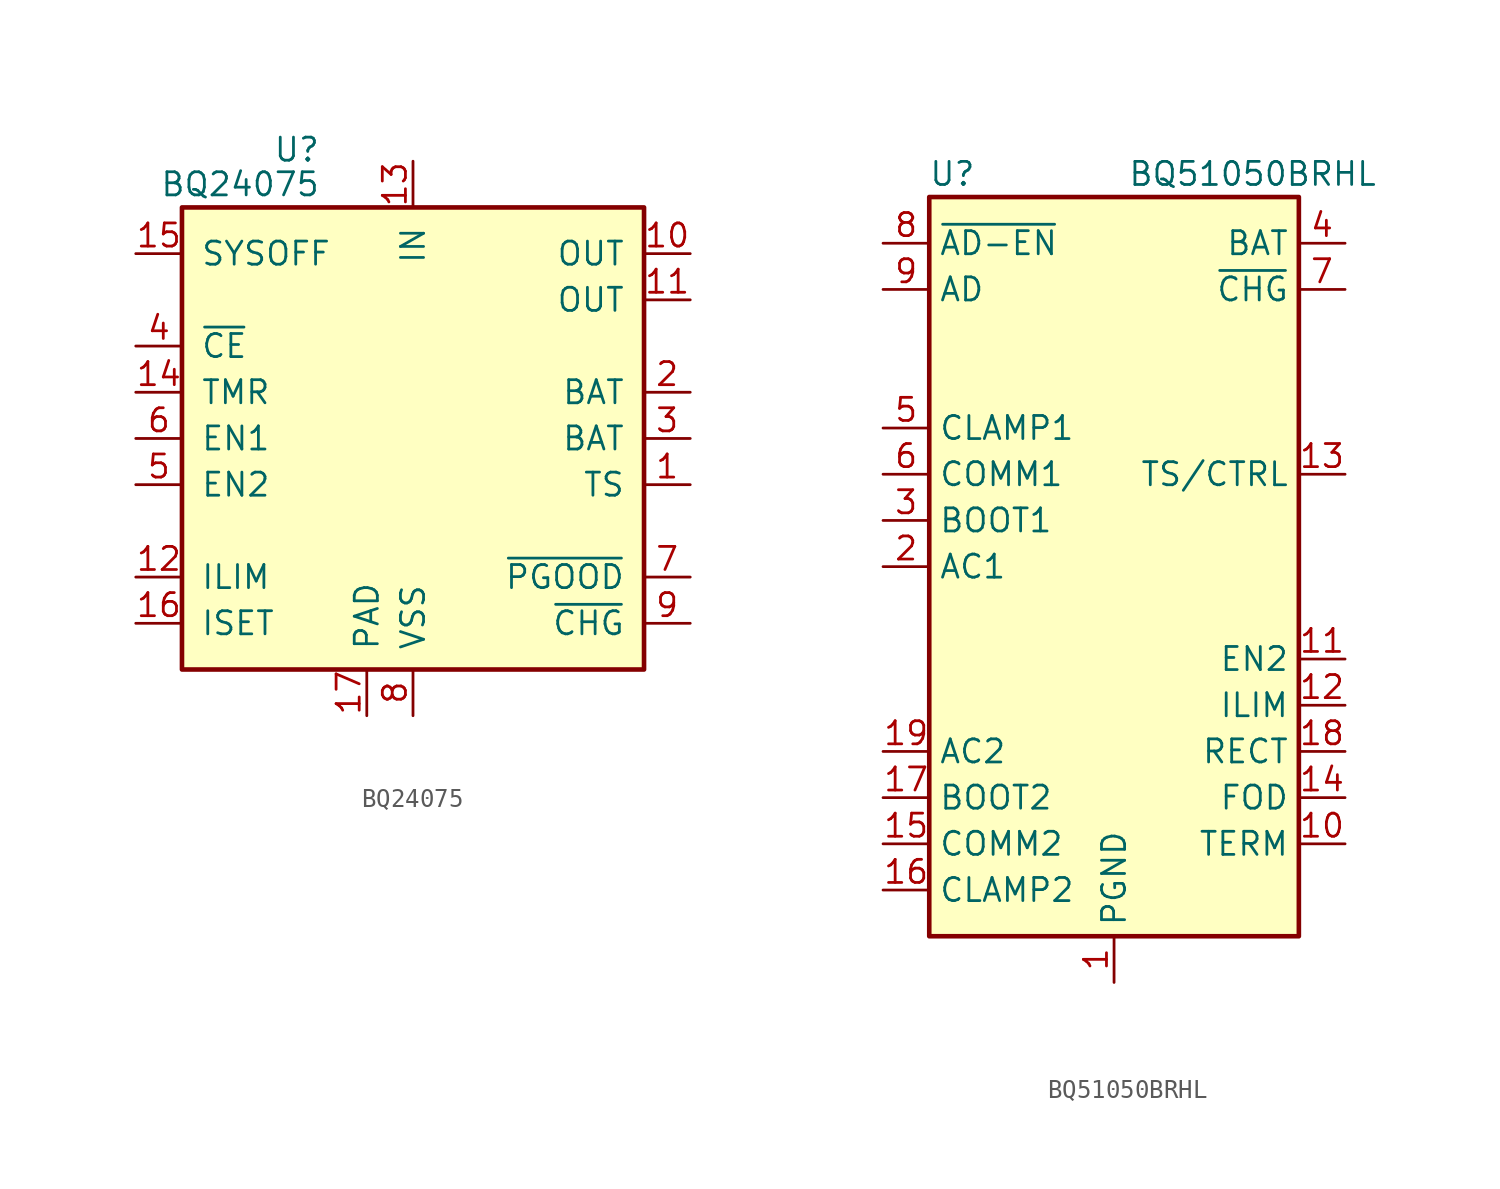
<source format=kicad_sym>
(kicad_symbol_lib
  (version 20211014)
  (generator kicad_symbol_editor)
  (symbol "BQ24075"
    (pin_names
      (offset 1.016))
    (property "Reference" "U"
      (at -5.08 15.875 0)
      (effects (font (size 1.27 1.27)) (justify right)))
    (property "Value" "BQ24075"
      (at -5.08 13.97 0)
      (effects (font (size 1.27 1.27)) (justify right)))
    (symbol "BQ24075_0_1"
      (rectangle (start -12.7 12.7) (end 12.7 -12.7) (stroke (width 0.254) (type default) (color 0 0 0 0)) (fill (type background))))
    (symbol "BQ24075_1_1"
      (pin passive line (at 15.24 -2.54 180) (length 2.54) (name "TS" (effects (font (size 1.27 1.27)))) (number "1" (effects (font (size 1.27 1.27)))))
      (pin power_out line (at 15.24 10.16 180) (length 2.54) (name "OUT" (effects (font (size 1.27 1.27)))) (number "10" (effects (font (size 1.27 1.27)))))
      (pin power_out line (at 15.24 7.62 180) (length 2.54) (name "OUT" (effects (font (size 1.27 1.27)))) (number "11" (effects (font (size 1.27 1.27)))))
      (pin passive line (at -15.24 -7.62 0) (length 2.54) (name "ILIM" (effects (font (size 1.27 1.27)))) (number "12" (effects (font (size 1.27 1.27)))))
      (pin power_in line (at 0 15.24 270) (length 2.54) (name "IN" (effects (font (size 1.27 1.27)))) (number "13" (effects (font (size 1.27 1.27)))))
      (pin input line (at -15.24 2.54 0) (length 2.54) (name "TMR" (effects (font (size 1.27 1.27)))) (number "14" (effects (font (size 1.27 1.27)))))
      (pin input line (at -15.24 10.16 0) (length 2.54) (name "SYSOFF" (effects (font (size 1.27 1.27)))) (number "15" (effects (font (size 1.27 1.27)))))
      (pin passive line (at -15.24 -10.16 0) (length 2.54) (name "ISET" (effects (font (size 1.27 1.27)))) (number "16" (effects (font (size 1.27 1.27)))))
      (pin power_in line (at -2.54 -15.24 90) (length 2.54) (name "PAD" (effects (font (size 1.27 1.27)))) (number "17" (effects (font (size 1.27 1.27)))))
      (pin power_out line (at 15.24 2.54 180) (length 2.54) (name "BAT" (effects (font (size 1.27 1.27)))) (number "2" (effects (font (size 1.27 1.27)))))
      (pin power_out line (at 15.24 0 180) (length 2.54) (name "BAT" (effects (font (size 1.27 1.27)))) (number "3" (effects (font (size 1.27 1.27)))))
      (pin input line (at -15.24 5.08 0) (length 2.54) (name "~{CE}" (effects (font (size 1.27 1.27)))) (number "4" (effects (font (size 1.27 1.27)))))
      (pin input line (at -15.24 -2.54 0) (length 2.54) (name "EN2" (effects (font (size 1.27 1.27)))) (number "5" (effects (font (size 1.27 1.27)))))
      (pin input line (at -15.24 0 0) (length 2.54) (name "EN1" (effects (font (size 1.27 1.27)))) (number "6" (effects (font (size 1.27 1.27)))))
      (pin open_collector line (at 15.24 -7.62 180) (length 2.54) (name "~{PGOOD}" (effects (font (size 1.27 1.27)))) (number "7" (effects (font (size 1.27 1.27)))))
      (pin power_in line (at 0 -15.24 90) (length 2.54) (name "VSS" (effects (font (size 1.27 1.27)))) (number "8" (effects (font (size 1.27 1.27)))))
      (pin open_collector line (at 15.24 -10.16 180) (length 2.54) (name "~{CHG}" (effects (font (size 1.27 1.27)))) (number "9" (effects (font (size 1.27 1.27)))))))
  (symbol "BQ51050BRHL"
    (property "Reference" "U"
      (at -8.89 21.59 0)
      (effects (font (size 1.27 1.27))))
    (property "Value" "BQ51050BRHL"
      (at 7.62 21.59 0)
      (effects (font (size 1.27 1.27))))
    (symbol "BQ51050BRHL_0_1"
      (rectangle (start -10.16 -20.32) (end 10.16 20.32) (stroke (width 0.254) (type default) (color 0 0 0 0)) (fill (type background))))
    (symbol "BQ51050BRHL_1_1"
      (pin power_in line (at 0 -22.86 90) (length 2.54) (name "PGND" (effects (font (size 1.27 1.27)))) (number "1" (effects (font (size 1.27 1.27)))))
      (pin input line (at 12.7 -15.24 180) (length 2.54) (name "TERM" (effects (font (size 1.27 1.27)))) (number "10" (effects (font (size 1.27 1.27)))))
      (pin input line (at 12.7 -5.08 180) (length 2.54) (name "EN2" (effects (font (size 1.27 1.27)))) (number "11" (effects (font (size 1.27 1.27)))))
      (pin passive line (at 12.7 -7.62 180) (length 2.54) (name "ILIM" (effects (font (size 1.27 1.27)))) (number "12" (effects (font (size 1.27 1.27)))))
      (pin input line (at 12.7 5.08 180) (length 2.54) (name "TS/CTRL" (effects (font (size 1.27 1.27)))) (number "13" (effects (font (size 1.27 1.27)))))
      (pin input line (at 12.7 -12.7 180) (length 2.54) (name "FOD" (effects (font (size 1.27 1.27)))) (number "14" (effects (font (size 1.27 1.27)))))
      (pin open_collector line (at -12.7 -15.24 0) (length 2.54) (name "COMM2" (effects (font (size 1.27 1.27)))) (number "15" (effects (font (size 1.27 1.27)))))
      (pin open_collector line (at -12.7 -17.78 0) (length 2.54) (name "CLAMP2" (effects (font (size 1.27 1.27)))) (number "16" (effects (font (size 1.27 1.27)))))
      (pin passive line (at -12.7 -12.7 0) (length 2.54) (name "BOOT2" (effects (font (size 1.27 1.27)))) (number "17" (effects (font (size 1.27 1.27)))))
      (pin passive line (at 12.7 -10.16 180) (length 2.54) (name "RECT" (effects (font (size 1.27 1.27)))) (number "18" (effects (font (size 1.27 1.27)))))
      (pin input line (at -12.7 -10.16 0) (length 2.54) (name "AC2" (effects (font (size 1.27 1.27)))) (number "19" (effects (font (size 1.27 1.27)))))
      (pin input line (at -12.7 0 0) (length 2.54) (name "AC1" (effects (font (size 1.27 1.27)))) (number "2" (effects (font (size 1.27 1.27)))))
      (pin passive line (at 0 -22.86 90) (length 2.54) hide (name "PGND" (effects (font (size 1.27 1.27)))) (number "20" (effects (font (size 1.27 1.27)))))
      (pin passive line (at 0 -22.86 90) (length 2.54) hide (name "PGND" (effects (font (size 1.27 1.27)))) (number "21" (effects (font (size 1.27 1.27)))))
      (pin passive line (at -12.7 2.54 0) (length 2.54) (name "BOOT1" (effects (font (size 1.27 1.27)))) (number "3" (effects (font (size 1.27 1.27)))))
      (pin power_out line (at 12.7 17.78 180) (length 2.54) (name "BAT" (effects (font (size 1.27 1.27)))) (number "4" (effects (font (size 1.27 1.27)))))
      (pin open_collector line (at -12.7 7.62 0) (length 2.54) (name "CLAMP1" (effects (font (size 1.27 1.27)))) (number "5" (effects (font (size 1.27 1.27)))))
      (pin open_collector line (at -12.7 5.08 0) (length 2.54) (name "COMM1" (effects (font (size 1.27 1.27)))) (number "6" (effects (font (size 1.27 1.27)))))
      (pin open_collector line (at 12.7 15.24 180) (length 2.54) (name "~{CHG}" (effects (font (size 1.27 1.27)))) (number "7" (effects (font (size 1.27 1.27)))))
      (pin output line (at -12.7 17.78 0) (length 2.54) (name "~{AD-EN}" (effects (font (size 1.27 1.27)))) (number "8" (effects (font (size 1.27 1.27)))))
      (pin input line (at -12.7 15.24 0) (length 2.54) (name "AD" (effects (font (size 1.27 1.27)))) (number "9" (effects (font (size 1.27 1.27))))))))
</source>
